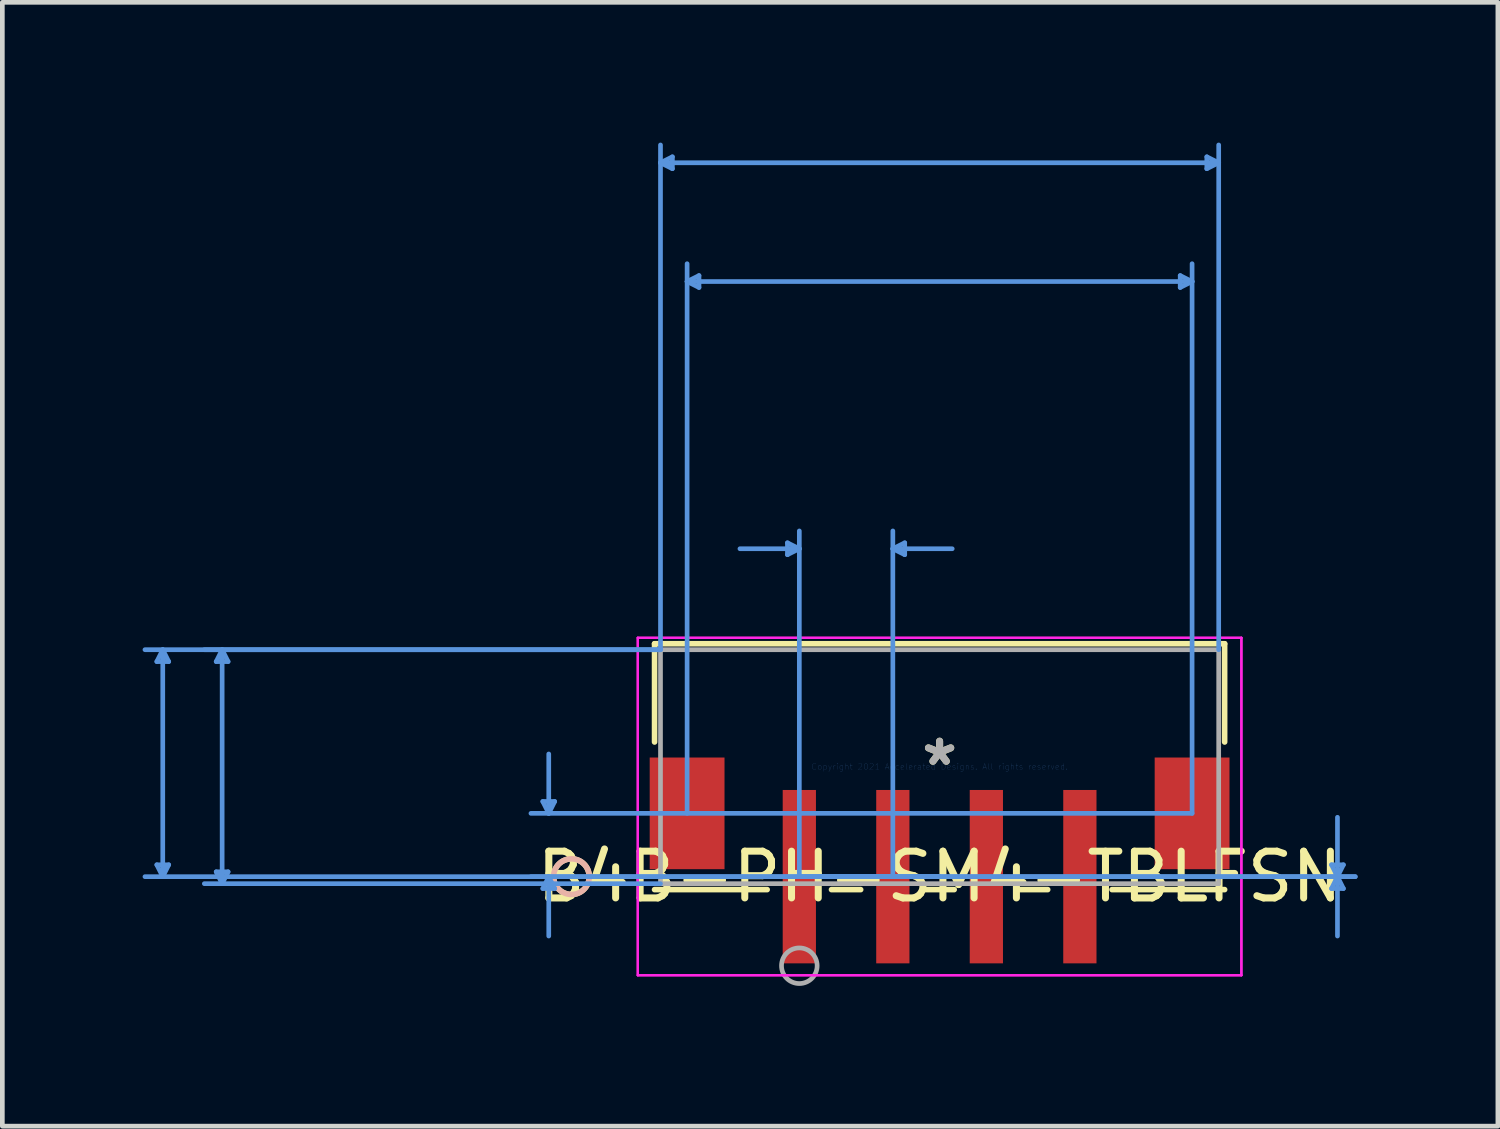
<source format=kicad_pcb>
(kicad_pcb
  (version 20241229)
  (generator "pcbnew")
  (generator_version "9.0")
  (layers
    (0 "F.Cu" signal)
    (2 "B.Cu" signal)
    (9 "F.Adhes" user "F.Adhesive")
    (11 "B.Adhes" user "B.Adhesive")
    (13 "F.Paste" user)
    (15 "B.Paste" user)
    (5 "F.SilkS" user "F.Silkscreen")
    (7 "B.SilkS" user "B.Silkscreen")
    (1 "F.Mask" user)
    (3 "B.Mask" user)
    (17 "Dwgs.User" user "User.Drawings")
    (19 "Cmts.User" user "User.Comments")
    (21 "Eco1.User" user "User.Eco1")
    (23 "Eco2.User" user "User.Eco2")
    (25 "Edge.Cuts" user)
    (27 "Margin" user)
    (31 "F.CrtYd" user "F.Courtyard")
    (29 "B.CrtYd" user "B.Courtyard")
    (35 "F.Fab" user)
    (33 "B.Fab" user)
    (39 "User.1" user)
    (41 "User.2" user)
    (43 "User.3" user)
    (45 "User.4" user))
  (footprint "B4B-PH-SM4-TBLFSN"
    (layer "F.Cu")
    (at 17.045 13.347)
    (property "Reference" "B4B-PH-SM4-TBLFSN" (at 0 2.352 0) (layer "F.SilkS") (effects (font (size 1 1) (thickness 0.15))))
    (attr through_hole)
    (fp_line (start -6.096 -2.629) (end -6.096 -0.528) (stroke (width 0.12) (type solid)) (layer "F.SilkS"))
    (fp_line (start -6.096 2.629) (end -3.688 2.629) (stroke (width 0.12) (type solid)) (layer "F.SilkS"))
    (fp_line (start -2.312 2.629) (end -1.688 2.629) (stroke (width 0.12) (type solid)) (layer "F.SilkS"))
    (fp_line (start -0.312 2.629) (end 0.312 2.629) (stroke (width 0.12) (type solid)) (layer "F.SilkS"))
    (fp_line (start 1.688 2.629) (end 2.312 2.629) (stroke (width 0.12) (type solid)) (layer "F.SilkS"))
    (fp_line (start 3.688 2.629) (end 6.096 2.629) (stroke (width 0.12) (type solid)) (layer "F.SilkS"))
    (fp_line (start 6.096 -2.629) (end -6.096 -2.629) (stroke (width 0.12) (type solid)) (layer "F.SilkS"))
    (fp_line (start 6.096 -0.528) (end 6.096 -2.629) (stroke (width 0.12) (type solid)) (layer "F.SilkS"))
    (fp_circle (center -7.874 2.352) (end -7.493 2.352) (stroke (width 0.12) (type solid)) (fill no) (layer "F.SilkS"))
    (fp_circle (center -7.874 2.352) (end -7.493 2.352) (stroke (width 0.12) (type solid)) (fill no) (layer "B.SilkS"))
    (fp_line (start -16.741 -2.248) (end -16.487 -2.248) (stroke (width 0.1) (type solid)) (layer "Cmts.User"))
    (fp_line (start -16.741 2.098) (end -16.487 2.098) (stroke (width 0.1) (type solid)) (layer "Cmts.User"))
    (fp_line (start -16.614 -2.502) (end -16.741 -2.248) (stroke (width 0.1) (type solid)) (layer "Cmts.User"))
    (fp_line (start -16.614 -2.502) (end -16.614 2.352) (stroke (width 0.1) (type solid)) (layer "Cmts.User"))
    (fp_line (start -16.614 -2.502) (end -16.487 -2.248) (stroke (width 0.1) (type solid)) (layer "Cmts.User"))
    (fp_line (start -16.614 2.352) (end -16.741 2.098) (stroke (width 0.1) (type solid)) (layer "Cmts.User"))
    (fp_line (start -16.614 2.352) (end -16.487 2.098) (stroke (width 0.1) (type solid)) (layer "Cmts.User"))
    (fp_line (start -15.471 -2.248) (end -15.217 -2.248) (stroke (width 0.1) (type solid)) (layer "Cmts.User"))
    (fp_line (start -15.471 2.248) (end -15.217 2.248) (stroke (width 0.1) (type solid)) (layer "Cmts.User"))
    (fp_line (start -15.344 -2.502) (end -15.471 -2.248) (stroke (width 0.1) (type solid)) (layer "Cmts.User"))
    (fp_line (start -15.344 -2.502) (end -15.344 2.502) (stroke (width 0.1) (type solid)) (layer "Cmts.User"))
    (fp_line (start -15.344 -2.502) (end -15.217 -2.248) (stroke (width 0.1) (type solid)) (layer "Cmts.User"))
    (fp_line (start -15.344 2.502) (end -15.471 2.248) (stroke (width 0.1) (type solid)) (layer "Cmts.User"))
    (fp_line (start -15.344 2.502) (end -15.217 2.248) (stroke (width 0.1) (type solid)) (layer "Cmts.User"))
    (fp_line (start -8.486 0.744) (end -8.232 0.744) (stroke (width 0.1) (type solid)) (layer "Cmts.User"))
    (fp_line (start -8.486 2.606) (end -8.232 2.606) (stroke (width 0.1) (type solid)) (layer "Cmts.User"))
    (fp_line (start -8.359 0.998) (end -8.486 0.744) (stroke (width 0.1) (type solid)) (layer "Cmts.User"))
    (fp_line (start -8.359 0.998) (end -8.359 -0.272) (stroke (width 0.1) (type solid)) (layer "Cmts.User"))
    (fp_line (start -8.359 0.998) (end -8.232 0.744) (stroke (width 0.1) (type solid)) (layer "Cmts.User"))
    (fp_line (start -8.359 2.352) (end -8.486 2.606) (stroke (width 0.1) (type solid)) (layer "Cmts.User"))
    (fp_line (start -8.359 2.352) (end -8.359 3.622) (stroke (width 0.1) (type solid)) (layer "Cmts.User"))
    (fp_line (start -8.359 2.352) (end -8.232 2.606) (stroke (width 0.1) (type solid)) (layer "Cmts.User"))
    (fp_line (start -5.969 -12.916) (end -5.715 -13.043) (stroke (width 0.1) (type solid)) (layer "Cmts.User"))
    (fp_line (start -5.969 -12.916) (end -5.715 -12.789) (stroke (width 0.1) (type solid)) (layer "Cmts.User"))
    (fp_line (start -5.969 -12.916) (end 5.969 -12.916) (stroke (width 0.1) (type solid)) (layer "Cmts.User"))
    (fp_line (start -5.969 -2.502) (end -16.995 -2.502) (stroke (width 0.1) (type solid)) (layer "Cmts.User"))
    (fp_line (start -5.969 -2.502) (end -15.725 -2.502) (stroke (width 0.1) (type solid)) (layer "Cmts.User"))
    (fp_line (start -5.969 -2.502) (end -5.969 -13.297) (stroke (width 0.1) (type solid)) (layer "Cmts.User"))
    (fp_line (start -5.969 2.502) (end -15.725 2.502) (stroke (width 0.1) (type solid)) (layer "Cmts.User"))
    (fp_line (start -5.715 -13.043) (end -5.715 -12.789) (stroke (width 0.1) (type solid)) (layer "Cmts.User"))
    (fp_line (start -5.4 -10.376) (end -5.146 -10.503) (stroke (width 0.1) (type solid)) (layer "Cmts.User"))
    (fp_line (start -5.4 -10.376) (end -5.146 -10.249) (stroke (width 0.1) (type solid)) (layer "Cmts.User"))
    (fp_line (start -5.4 -10.376) (end 5.4 -10.376) (stroke (width 0.1) (type solid)) (layer "Cmts.User"))
    (fp_line (start -5.4 0.998) (end -5.4 -10.757) (stroke (width 0.1) (type solid)) (layer "Cmts.User"))
    (fp_line (start -5.146 -10.503) (end -5.146 -10.249) (stroke (width 0.1) (type solid)) (layer "Cmts.User"))
    (fp_line (start -3.254 -4.788) (end -3.254 -4.534) (stroke (width 0.1) (type solid)) (layer "Cmts.User"))
    (fp_line (start -3 -4.661) (end -4.27 -4.661) (stroke (width 0.1) (type solid)) (layer "Cmts.User"))
    (fp_line (start -3 -4.661) (end -3.254 -4.788) (stroke (width 0.1) (type solid)) (layer "Cmts.User"))
    (fp_line (start -3 -4.661) (end -3.254 -4.534) (stroke (width 0.1) (type solid)) (layer "Cmts.User"))
    (fp_line (start -3 2.352) (end -3 -5.042) (stroke (width 0.1) (type solid)) (layer "Cmts.User"))
    (fp_line (start -3 2.352) (end 8.89 2.352) (stroke (width 0.1) (type solid)) (layer "Cmts.User"))
    (fp_line (start -3 2.352) (end 8.89 2.352) (stroke (width 0.1) (type solid)) (layer "Cmts.User"))
    (fp_line (start -1 -4.661) (end -0.746 -4.788) (stroke (width 0.1) (type solid)) (layer "Cmts.User"))
    (fp_line (start -1 -4.661) (end -0.746 -4.534) (stroke (width 0.1) (type solid)) (layer "Cmts.User"))
    (fp_line (start -1 -4.661) (end 0.27 -4.661) (stroke (width 0.1) (type solid)) (layer "Cmts.User"))
    (fp_line (start -1 2.352) (end -1 -5.042) (stroke (width 0.1) (type solid)) (layer "Cmts.User"))
    (fp_line (start -0.746 -4.788) (end -0.746 -4.534) (stroke (width 0.1) (type solid)) (layer "Cmts.User"))
    (fp_line (start 0 2.352) (end -16.995 2.352) (stroke (width 0.1) (type solid)) (layer "Cmts.User"))
    (fp_line (start 0 2.352) (end -8.74 2.352) (stroke (width 0.1) (type solid)) (layer "Cmts.User"))
    (fp_line (start 5.146 -10.503) (end 5.146 -10.249) (stroke (width 0.1) (type solid)) (layer "Cmts.User"))
    (fp_line (start 5.4 -10.376) (end 5.146 -10.503) (stroke (width 0.1) (type solid)) (layer "Cmts.User"))
    (fp_line (start 5.4 -10.376) (end 5.146 -10.249) (stroke (width 0.1) (type solid)) (layer "Cmts.User"))
    (fp_line (start 5.4 0.998) (end -8.74 0.998) (stroke (width 0.1) (type solid)) (layer "Cmts.User"))
    (fp_line (start 5.4 0.998) (end 5.4 -10.757) (stroke (width 0.1) (type solid)) (layer "Cmts.User"))
    (fp_line (start 5.715 -13.043) (end 5.715 -12.789) (stroke (width 0.1) (type solid)) (layer "Cmts.User"))
    (fp_line (start 5.969 -12.916) (end 5.715 -13.043) (stroke (width 0.1) (type solid)) (layer "Cmts.User"))
    (fp_line (start 5.969 -12.916) (end 5.715 -12.789) (stroke (width 0.1) (type solid)) (layer "Cmts.User"))
    (fp_line (start 5.969 -2.502) (end 5.969 -13.297) (stroke (width 0.1) (type solid)) (layer "Cmts.User"))
    (fp_line (start 8.382 2.098) (end 8.636 2.098) (stroke (width 0.1) (type solid)) (layer "Cmts.User"))
    (fp_line (start 8.382 2.606) (end 8.636 2.606) (stroke (width 0.1) (type solid)) (layer "Cmts.User"))
    (fp_line (start 8.509 2.352) (end 8.382 2.098) (stroke (width 0.1) (type solid)) (layer "Cmts.User"))
    (fp_line (start 8.509 2.352) (end 8.382 2.606) (stroke (width 0.1) (type solid)) (layer "Cmts.User"))
    (fp_line (start 8.509 2.352) (end 8.509 1.082) (stroke (width 0.1) (type solid)) (layer "Cmts.User"))
    (fp_line (start 8.509 2.352) (end 8.509 3.622) (stroke (width 0.1) (type solid)) (layer "Cmts.User"))
    (fp_line (start 8.509 2.352) (end 8.636 2.098) (stroke (width 0.1) (type solid)) (layer "Cmts.User"))
    (fp_line (start 8.509 2.352) (end 8.636 2.606) (stroke (width 0.1) (type solid)) (layer "Cmts.User"))
    (fp_line (start -6.454 -2.756) (end -6.454 4.46) (stroke (width 0.05) (type solid)) (layer "F.CrtYd"))
    (fp_line (start -6.454 -2.756) (end -6.454 4.46) (stroke (width 0.05) (type solid)) (layer "F.CrtYd"))
    (fp_line (start -6.454 4.46) (end 6.454 4.46) (stroke (width 0.05) (type solid)) (layer "F.CrtYd"))
    (fp_line (start -6.454 4.46) (end 6.454 4.46) (stroke (width 0.05) (type solid)) (layer "F.CrtYd"))
    (fp_line (start 6.454 -2.756) (end -6.454 -2.756) (stroke (width 0.05) (type solid)) (layer "F.CrtYd"))
    (fp_line (start 6.454 -2.756) (end -6.454 -2.756) (stroke (width 0.05) (type solid)) (layer "F.CrtYd"))
    (fp_line (start 6.454 4.46) (end 6.454 -2.756) (stroke (width 0.05) (type solid)) (layer "F.CrtYd"))
    (fp_line (start 6.454 4.46) (end 6.454 -2.756) (stroke (width 0.05) (type solid)) (layer "F.CrtYd"))
    (fp_line (start -5.969 -2.502) (end -5.969 2.502) (stroke (width 0.1) (type solid)) (layer "F.Fab"))
    (fp_line (start -5.969 2.502) (end 5.969 2.502) (stroke (width 0.1) (type solid)) (layer "F.Fab"))
    (fp_line (start 5.969 -2.502) (end -5.969 -2.502) (stroke (width 0.1) (type solid)) (layer "F.Fab"))
    (fp_line (start 5.969 2.502) (end 5.969 -2.502) (stroke (width 0.1) (type solid)) (layer "F.Fab"))
    (fp_circle (center -3 4.257) (end -2.619 4.257) (stroke (width 0.1) (type solid)) (fill no) (layer "F.Fab"))
    (fp_text user "*" (at 0 0 0) (layer "F.SilkS") (effects (font (size 1 1) (thickness 0.15))))
    (fp_text user "Copyright 2021 Accelerated Designs. All rights reserved." (at 0 0 0) (layer "Cmts.User") (effects (font (size 0.127 0.127) (thickness 0.002))))
    (fp_text user "*" (at 0 0 0) (layer "F.Fab") (effects (font (size 1 1) (thickness 0.15))))
    (pad "1" smd rect (at -3 2.352) (size 0.711 3.708) (layers "F.Cu" "F.Mask" "F.Paste"))
    (pad "2" smd rect (at -1 2.352) (size 0.711 3.708) (layers "F.Cu" "F.Mask" "F.Paste"))
    (pad "3" smd rect (at 1 2.352) (size 0.711 3.708) (layers "F.Cu" "F.Mask" "F.Paste"))
    (pad "4" smd rect (at 3 2.352) (size 0.711 3.708) (layers "F.Cu" "F.Mask" "F.Paste"))
    (pad "5" smd rect (at -5.4 0.998) (size 1.6 2.388) (layers "F.Cu" "F.Mask" "F.Paste"))
    (pad "6" smd rect (at 5.4 0.998) (size 1.6 2.388) (layers "F.Cu" "F.Mask" "F.Paste")))
  (gr_rect
    (start -3 -3)
    (end 28.985 21.035)
    (stroke (width 0.1) (type default))
    (fill no)
    (layer "Edge.Cuts")))
</source>
